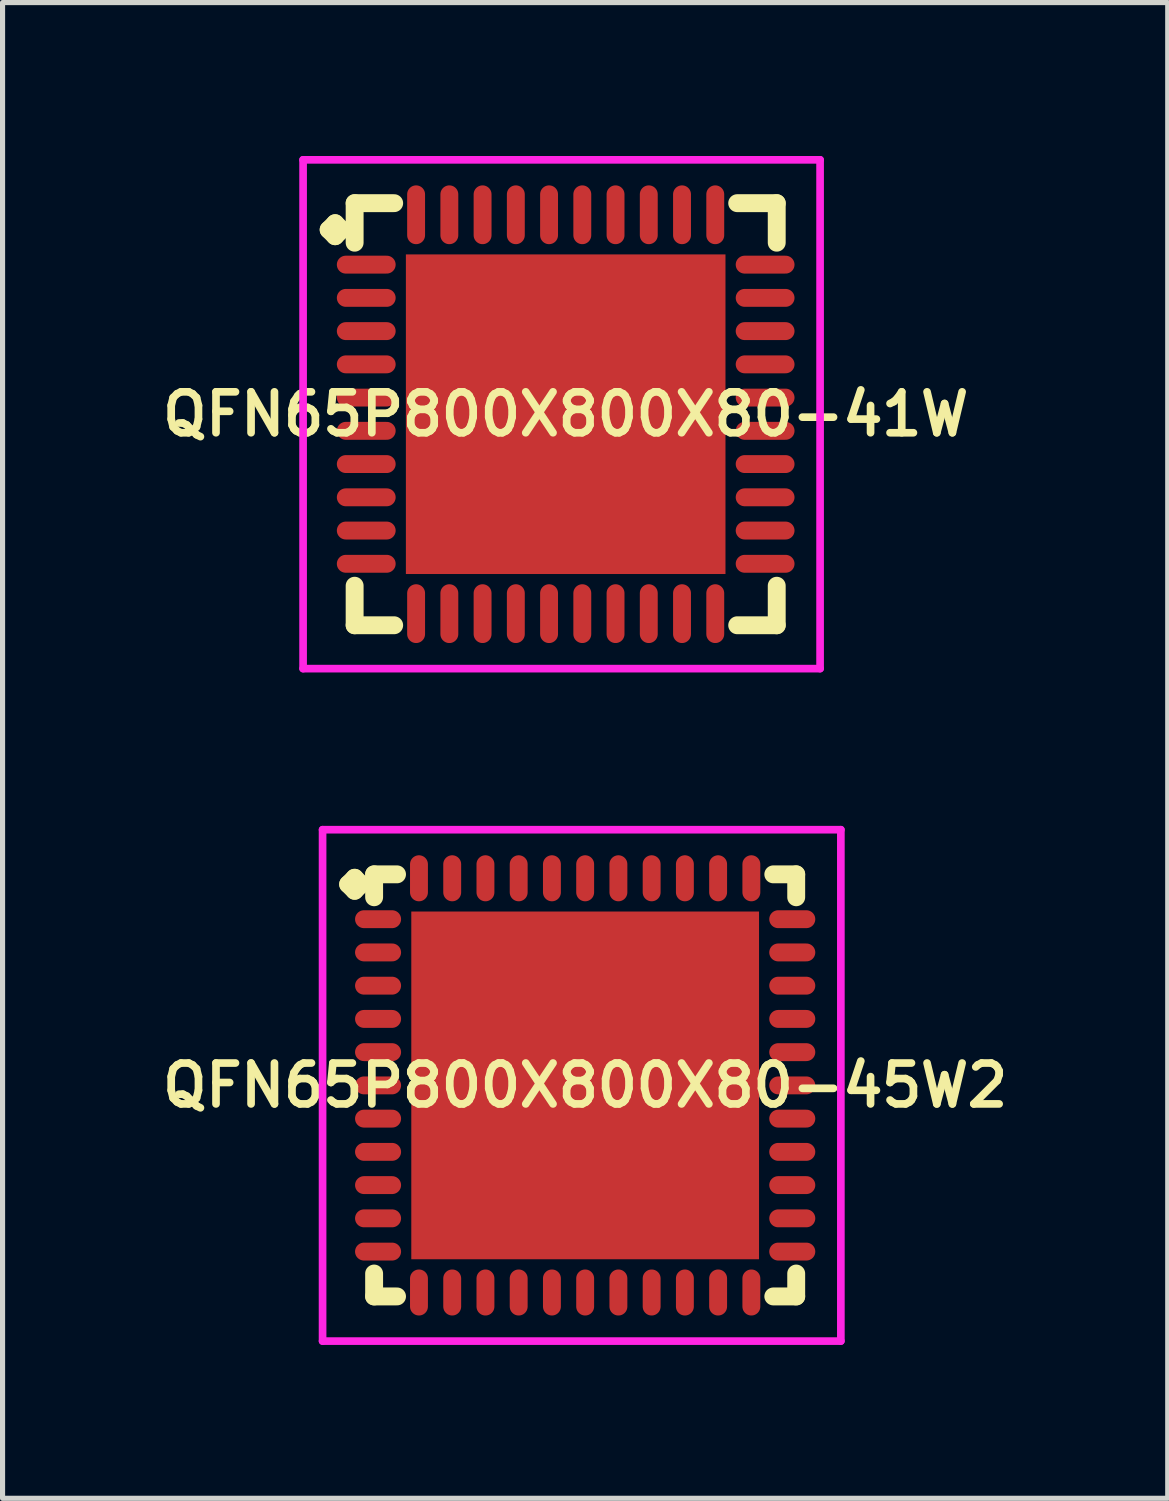
<source format=kicad_pcb>
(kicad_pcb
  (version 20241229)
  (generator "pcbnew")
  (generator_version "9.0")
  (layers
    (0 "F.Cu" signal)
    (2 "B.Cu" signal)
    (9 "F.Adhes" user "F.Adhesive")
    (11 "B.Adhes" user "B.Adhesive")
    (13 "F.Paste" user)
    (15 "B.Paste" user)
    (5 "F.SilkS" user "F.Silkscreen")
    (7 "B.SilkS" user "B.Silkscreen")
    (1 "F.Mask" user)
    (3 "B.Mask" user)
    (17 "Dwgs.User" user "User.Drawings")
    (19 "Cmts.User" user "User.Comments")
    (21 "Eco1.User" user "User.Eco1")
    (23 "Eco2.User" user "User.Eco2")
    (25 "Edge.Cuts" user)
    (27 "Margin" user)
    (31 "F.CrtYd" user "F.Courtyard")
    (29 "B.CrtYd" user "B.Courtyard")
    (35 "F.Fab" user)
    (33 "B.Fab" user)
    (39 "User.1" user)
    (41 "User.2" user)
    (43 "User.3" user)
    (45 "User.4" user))
  (footprint "QFN65P800X800X80-41W"
    (layer "F.Cu")
    (at 8.012 5.05)
    (property "Reference" "QFN65P800X800X80-41W" (at 0 0 0) (layer "F.SilkS") (effects (font (size 0.8 0.8) (thickness 0.15))))
    (attr smd)
    (fp_line (start -4.635 -3.608) (end -4.508 -3.735) (stroke (width 0.35) (type solid)) (layer "F.SilkS"))
    (fp_line (start -4.508 -3.735) (end -4.381 -3.608) (stroke (width 0.35) (type solid)) (layer "F.SilkS"))
    (fp_line (start -4.508 -3.481) (end -4.635 -3.608) (stroke (width 0.35) (type solid)) (layer "F.SilkS"))
    (fp_line (start -4.381 -3.608) (end -4.508 -3.481) (stroke (width 0.35) (type solid)) (layer "F.SilkS"))
    (fp_line (start -4.127 -4.127) (end -3.354 -4.127) (stroke (width 0.35) (type solid)) (layer "F.SilkS"))
    (fp_line (start -4.127 -3.354) (end -4.127 -4.127) (stroke (width 0.35) (type solid)) (layer "F.SilkS"))
    (fp_line (start -4.127 3.354) (end -4.127 4.127) (stroke (width 0.35) (type solid)) (layer "F.SilkS"))
    (fp_line (start -4.127 4.127) (end -3.354 4.127) (stroke (width 0.35) (type solid)) (layer "F.SilkS"))
    (fp_line (start 3.354 -4.127) (end 4.127 -4.127) (stroke (width 0.35) (type solid)) (layer "F.SilkS"))
    (fp_line (start 3.354 4.127) (end 4.127 4.127) (stroke (width 0.35) (type solid)) (layer "F.SilkS"))
    (fp_line (start 4.127 -4.127) (end 4.127 -3.354) (stroke (width 0.35) (type solid)) (layer "F.SilkS"))
    (fp_line (start 4.127 4.127) (end 4.127 3.354) (stroke (width 0.35) (type solid)) (layer "F.SilkS"))
    (fp_line (start -5.135 -4.975) (end 4.975 -4.975) (stroke (width 0.15) (type solid)) (layer "F.CrtYd"))
    (fp_line (start -5.135 4.975) (end -5.135 -4.975) (stroke (width 0.15) (type solid)) (layer "F.CrtYd"))
    (fp_line (start 4.975 -4.975) (end 4.975 4.975) (stroke (width 0.15) (type solid)) (layer "F.CrtYd"))
    (fp_line (start 4.975 4.975) (end -5.135 4.975) (stroke (width 0.15) (type solid)) (layer "F.CrtYd"))
    (pad "1" smd oval (at -3.9 -2.925) (size 1.15 0.35) (layers "F.Cu" "F.Mask" "F.Paste"))
    (pad "2" smd oval (at -3.9 -2.275) (size 1.15 0.35) (layers "F.Cu" "F.Mask" "F.Paste"))
    (pad "3" smd oval (at -3.9 -1.625) (size 1.15 0.35) (layers "F.Cu" "F.Mask" "F.Paste"))
    (pad "4" smd oval (at -3.9 -0.975) (size 1.15 0.35) (layers "F.Cu" "F.Mask" "F.Paste"))
    (pad "5" smd oval (at -3.9 -0.325) (size 1.15 0.35) (layers "F.Cu" "F.Mask" "F.Paste"))
    (pad "6" smd oval (at -3.9 0.325) (size 1.15 0.35) (layers "F.Cu" "F.Mask" "F.Paste"))
    (pad "7" smd oval (at -3.9 0.975) (size 1.15 0.35) (layers "F.Cu" "F.Mask" "F.Paste"))
    (pad "8" smd oval (at -3.9 1.625) (size 1.15 0.35) (layers "F.Cu" "F.Mask" "F.Paste"))
    (pad "9" smd oval (at -3.9 2.275) (size 1.15 0.35) (layers "F.Cu" "F.Mask" "F.Paste"))
    (pad "10" smd oval (at -3.9 2.925) (size 1.15 0.35) (layers "F.Cu" "F.Mask" "F.Paste"))
    (pad "11" smd oval (at -2.925 3.9) (size 0.35 1.15) (layers "F.Cu" "F.Mask" "F.Paste"))
    (pad "12" smd oval (at -2.275 3.9) (size 0.35 1.15) (layers "F.Cu" "F.Mask" "F.Paste"))
    (pad "13" smd oval (at -1.625 3.9) (size 0.35 1.15) (layers "F.Cu" "F.Mask" "F.Paste"))
    (pad "14" smd oval (at -0.975 3.9) (size 0.35 1.15) (layers "F.Cu" "F.Mask" "F.Paste"))
    (pad "15" smd oval (at -0.325 3.9) (size 0.35 1.15) (layers "F.Cu" "F.Mask" "F.Paste"))
    (pad "16" smd oval (at 0.325 3.9) (size 0.35 1.15) (layers "F.Cu" "F.Mask" "F.Paste"))
    (pad "17" smd oval (at 0.975 3.9) (size 0.35 1.15) (layers "F.Cu" "F.Mask" "F.Paste"))
    (pad "18" smd oval (at 1.625 3.9) (size 0.35 1.15) (layers "F.Cu" "F.Mask" "F.Paste"))
    (pad "19" smd oval (at 2.275 3.9) (size 0.35 1.15) (layers "F.Cu" "F.Mask" "F.Paste"))
    (pad "20" smd oval (at 2.925 3.9) (size 0.35 1.15) (layers "F.Cu" "F.Mask" "F.Paste"))
    (pad "21" smd oval (at 3.9 2.925) (size 1.15 0.35) (layers "F.Cu" "F.Mask" "F.Paste"))
    (pad "22" smd oval (at 3.9 2.275) (size 1.15 0.35) (layers "F.Cu" "F.Mask" "F.Paste"))
    (pad "23" smd oval (at 3.9 1.625) (size 1.15 0.35) (layers "F.Cu" "F.Mask" "F.Paste"))
    (pad "24" smd oval (at 3.9 0.975) (size 1.15 0.35) (layers "F.Cu" "F.Mask" "F.Paste"))
    (pad "25" smd oval (at 3.9 0.325) (size 1.15 0.35) (layers "F.Cu" "F.Mask" "F.Paste"))
    (pad "26" smd oval (at 3.9 -0.325) (size 1.15 0.35) (layers "F.Cu" "F.Mask" "F.Paste"))
    (pad "27" smd oval (at 3.9 -0.975) (size 1.15 0.35) (layers "F.Cu" "F.Mask" "F.Paste"))
    (pad "28" smd oval (at 3.9 -1.625) (size 1.15 0.35) (layers "F.Cu" "F.Mask" "F.Paste"))
    (pad "29" smd oval (at 3.9 -2.275) (size 1.15 0.35) (layers "F.Cu" "F.Mask" "F.Paste"))
    (pad "30" smd oval (at 3.9 -2.925) (size 1.15 0.35) (layers "F.Cu" "F.Mask" "F.Paste"))
    (pad "31" smd oval (at 2.925 -3.9) (size 0.35 1.15) (layers "F.Cu" "F.Mask" "F.Paste"))
    (pad "32" smd oval (at 2.275 -3.9) (size 0.35 1.15) (layers "F.Cu" "F.Mask" "F.Paste"))
    (pad "33" smd oval (at 1.625 -3.9) (size 0.35 1.15) (layers "F.Cu" "F.Mask" "F.Paste"))
    (pad "34" smd oval (at 0.975 -3.9) (size 0.35 1.15) (layers "F.Cu" "F.Mask" "F.Paste"))
    (pad "35" smd oval (at 0.325 -3.9) (size 0.35 1.15) (layers "F.Cu" "F.Mask" "F.Paste"))
    (pad "36" smd oval (at -0.325 -3.9) (size 0.35 1.15) (layers "F.Cu" "F.Mask" "F.Paste"))
    (pad "37" smd oval (at -0.975 -3.9) (size 0.35 1.15) (layers "F.Cu" "F.Mask" "F.Paste"))
    (pad "38" smd oval (at -1.625 -3.9) (size 0.35 1.15) (layers "F.Cu" "F.Mask" "F.Paste"))
    (pad "39" smd oval (at -2.275 -3.9) (size 0.35 1.15) (layers "F.Cu" "F.Mask" "F.Paste"))
    (pad "40" smd oval (at -2.925 -3.9) (size 0.35 1.15) (layers "F.Cu" "F.Mask" "F.Paste"))
    (pad "41" smd rect (at 0 0) (size 6.25 6.25) (layers "F.Cu" "F.Mask" "F.Paste")))
  (footprint "QFN65P800X800X80-45W2"
    (layer "F.Cu")
    (at 8.393 18.175)
    (property "Reference" "QFN65P800X800X80-45W2" (at 0 0 0) (layer "F.SilkS") (effects (font (size 0.8 0.8) (thickness 0.15))))
    (attr through_hole)
    (fp_line (start -4.635 -3.933) (end -4.508 -4.06) (stroke (width 0.35) (type solid)) (layer "F.SilkS"))
    (fp_line (start -4.508 -4.06) (end -4.381 -3.933) (stroke (width 0.35) (type solid)) (layer "F.SilkS"))
    (fp_line (start -4.508 -3.806) (end -4.635 -3.933) (stroke (width 0.35) (type solid)) (layer "F.SilkS"))
    (fp_line (start -4.381 -3.933) (end -4.508 -3.806) (stroke (width 0.35) (type solid)) (layer "F.SilkS"))
    (fp_line (start -4.127 -4.127) (end -3.679 -4.127) (stroke (width 0.35) (type solid)) (layer "F.SilkS"))
    (fp_line (start -4.127 -3.679) (end -4.127 -4.127) (stroke (width 0.35) (type solid)) (layer "F.SilkS"))
    (fp_line (start -4.127 3.679) (end -4.127 4.127) (stroke (width 0.35) (type solid)) (layer "F.SilkS"))
    (fp_line (start -4.127 4.127) (end -3.679 4.127) (stroke (width 0.35) (type solid)) (layer "F.SilkS"))
    (fp_line (start 3.679 -4.127) (end 4.127 -4.127) (stroke (width 0.35) (type solid)) (layer "F.SilkS"))
    (fp_line (start 3.679 4.127) (end 4.127 4.127) (stroke (width 0.35) (type solid)) (layer "F.SilkS"))
    (fp_line (start 4.127 -4.127) (end 4.127 -3.679) (stroke (width 0.35) (type solid)) (layer "F.SilkS"))
    (fp_line (start 4.127 4.127) (end 4.127 3.679) (stroke (width 0.35) (type solid)) (layer "F.SilkS"))
    (fp_line (start -5.135 -5) (end 5 -5) (stroke (width 0.15) (type solid)) (layer "F.CrtYd"))
    (fp_line (start -5.135 5) (end -5.135 -5) (stroke (width 0.15) (type solid)) (layer "F.CrtYd"))
    (fp_line (start 5 -5) (end 5 5) (stroke (width 0.15) (type solid)) (layer "F.CrtYd"))
    (fp_line (start 5 5) (end -5.135 5) (stroke (width 0.15) (type solid)) (layer "F.CrtYd"))
    (pad "1" smd oval (at -4.05 -3.25) (size 0.9 0.35) (layers "F.Cu" "F.Mask" "F.Paste"))
    (pad "2" smd oval (at -4.05 -2.6) (size 0.9 0.35) (layers "F.Cu" "F.Mask" "F.Paste"))
    (pad "3" smd oval (at -4.05 -1.95) (size 0.9 0.35) (layers "F.Cu" "F.Mask" "F.Paste"))
    (pad "4" smd oval (at -4.05 -1.3) (size 0.9 0.35) (layers "F.Cu" "F.Mask" "F.Paste"))
    (pad "5" smd oval (at -4.05 -0.65) (size 0.9 0.35) (layers "F.Cu" "F.Mask" "F.Paste"))
    (pad "6" smd oval (at -4.05 0) (size 0.9 0.35) (layers "F.Cu" "F.Mask" "F.Paste"))
    (pad "7" smd oval (at -4.05 0.65) (size 0.9 0.35) (layers "F.Cu" "F.Mask" "F.Paste"))
    (pad "8" smd oval (at -4.05 1.3) (size 0.9 0.35) (layers "F.Cu" "F.Mask" "F.Paste"))
    (pad "9" smd oval (at -4.05 1.95) (size 0.9 0.35) (layers "F.Cu" "F.Mask" "F.Paste"))
    (pad "10" smd oval (at -4.05 2.6) (size 0.9 0.35) (layers "F.Cu" "F.Mask" "F.Paste"))
    (pad "11" smd oval (at -4.05 3.25) (size 0.9 0.35) (layers "F.Cu" "F.Mask" "F.Paste"))
    (pad "12" smd oval (at -3.25 4.05) (size 0.35 0.9) (layers "F.Cu" "F.Mask" "F.Paste"))
    (pad "13" smd oval (at -2.6 4.05) (size 0.35 0.9) (layers "F.Cu" "F.Mask" "F.Paste"))
    (pad "14" smd oval (at -1.95 4.05) (size 0.35 0.9) (layers "F.Cu" "F.Mask" "F.Paste"))
    (pad "15" smd oval (at -1.3 4.05) (size 0.35 0.9) (layers "F.Cu" "F.Mask" "F.Paste"))
    (pad "16" smd oval (at -0.65 4.05) (size 0.35 0.9) (layers "F.Cu" "F.Mask" "F.Paste"))
    (pad "17" smd oval (at 0 4.05) (size 0.35 0.9) (layers "F.Cu" "F.Mask" "F.Paste"))
    (pad "18" smd oval (at 0.65 4.05) (size 0.35 0.9) (layers "F.Cu" "F.Mask" "F.Paste"))
    (pad "19" smd oval (at 1.3 4.05) (size 0.35 0.9) (layers "F.Cu" "F.Mask" "F.Paste"))
    (pad "20" smd oval (at 1.95 4.05) (size 0.35 0.9) (layers "F.Cu" "F.Mask" "F.Paste"))
    (pad "21" smd oval (at 2.6 4.05) (size 0.35 0.9) (layers "F.Cu" "F.Mask" "F.Paste"))
    (pad "22" smd oval (at 3.25 4.05) (size 0.35 0.9) (layers "F.Cu" "F.Mask" "F.Paste"))
    (pad "23" smd oval (at 4.05 3.25) (size 0.9 0.35) (layers "F.Cu" "F.Mask" "F.Paste"))
    (pad "24" smd oval (at 4.05 2.6) (size 0.9 0.35) (layers "F.Cu" "F.Mask" "F.Paste"))
    (pad "25" smd oval (at 4.05 1.95) (size 0.9 0.35) (layers "F.Cu" "F.Mask" "F.Paste"))
    (pad "26" smd oval (at 4.05 1.3) (size 0.9 0.35) (layers "F.Cu" "F.Mask" "F.Paste"))
    (pad "27" smd oval (at 4.05 0.65) (size 0.9 0.35) (layers "F.Cu" "F.Mask" "F.Paste"))
    (pad "28" smd oval (at 4.05 0) (size 0.9 0.35) (layers "F.Cu" "F.Mask" "F.Paste"))
    (pad "29" smd oval (at 4.05 -0.65) (size 0.9 0.35) (layers "F.Cu" "F.Mask" "F.Paste"))
    (pad "30" smd oval (at 4.05 -1.3) (size 0.9 0.35) (layers "F.Cu" "F.Mask" "F.Paste"))
    (pad "31" smd oval (at 4.05 -1.95) (size 0.9 0.35) (layers "F.Cu" "F.Mask" "F.Paste"))
    (pad "32" smd oval (at 4.05 -2.6) (size 0.9 0.35) (layers "F.Cu" "F.Mask" "F.Paste"))
    (pad "33" smd oval (at 4.05 -3.25) (size 0.9 0.35) (layers "F.Cu" "F.Mask" "F.Paste"))
    (pad "34" smd oval (at 3.25 -4.05) (size 0.35 0.9) (layers "F.Cu" "F.Mask" "F.Paste"))
    (pad "35" smd oval (at 2.6 -4.05) (size 0.35 0.9) (layers "F.Cu" "F.Mask" "F.Paste"))
    (pad "36" smd oval (at 1.95 -4.05) (size 0.35 0.9) (layers "F.Cu" "F.Mask" "F.Paste"))
    (pad "37" smd oval (at 1.3 -4.05) (size 0.35 0.9) (layers "F.Cu" "F.Mask" "F.Paste"))
    (pad "38" smd oval (at 0.65 -4.05) (size 0.35 0.9) (layers "F.Cu" "F.Mask" "F.Paste"))
    (pad "39" smd oval (at 0 -4.05) (size 0.35 0.9) (layers "F.Cu" "F.Mask" "F.Paste"))
    (pad "40" smd oval (at -0.65 -4.05) (size 0.35 0.9) (layers "F.Cu" "F.Mask" "F.Paste"))
    (pad "41" smd oval (at -1.3 -4.05) (size 0.35 0.9) (layers "F.Cu" "F.Mask" "F.Paste"))
    (pad "42" smd oval (at -1.95 -4.05) (size 0.35 0.9) (layers "F.Cu" "F.Mask" "F.Paste"))
    (pad "43" smd oval (at -2.6 -4.05) (size 0.35 0.9) (layers "F.Cu" "F.Mask" "F.Paste"))
    (pad "44" smd oval (at -3.25 -4.05) (size 0.35 0.9) (layers "F.Cu" "F.Mask" "F.Paste"))
    (pad "45" smd rect (at 0 0) (size 6.8 6.8) (layers "F.Cu" "F.Mask" "F.Paste")))
  (gr_rect
    (start -3 -3)
    (end 19.785 26.25)
    (stroke (width 0.1) (type default))
    (fill no)
    (layer "Edge.Cuts")))
</source>
